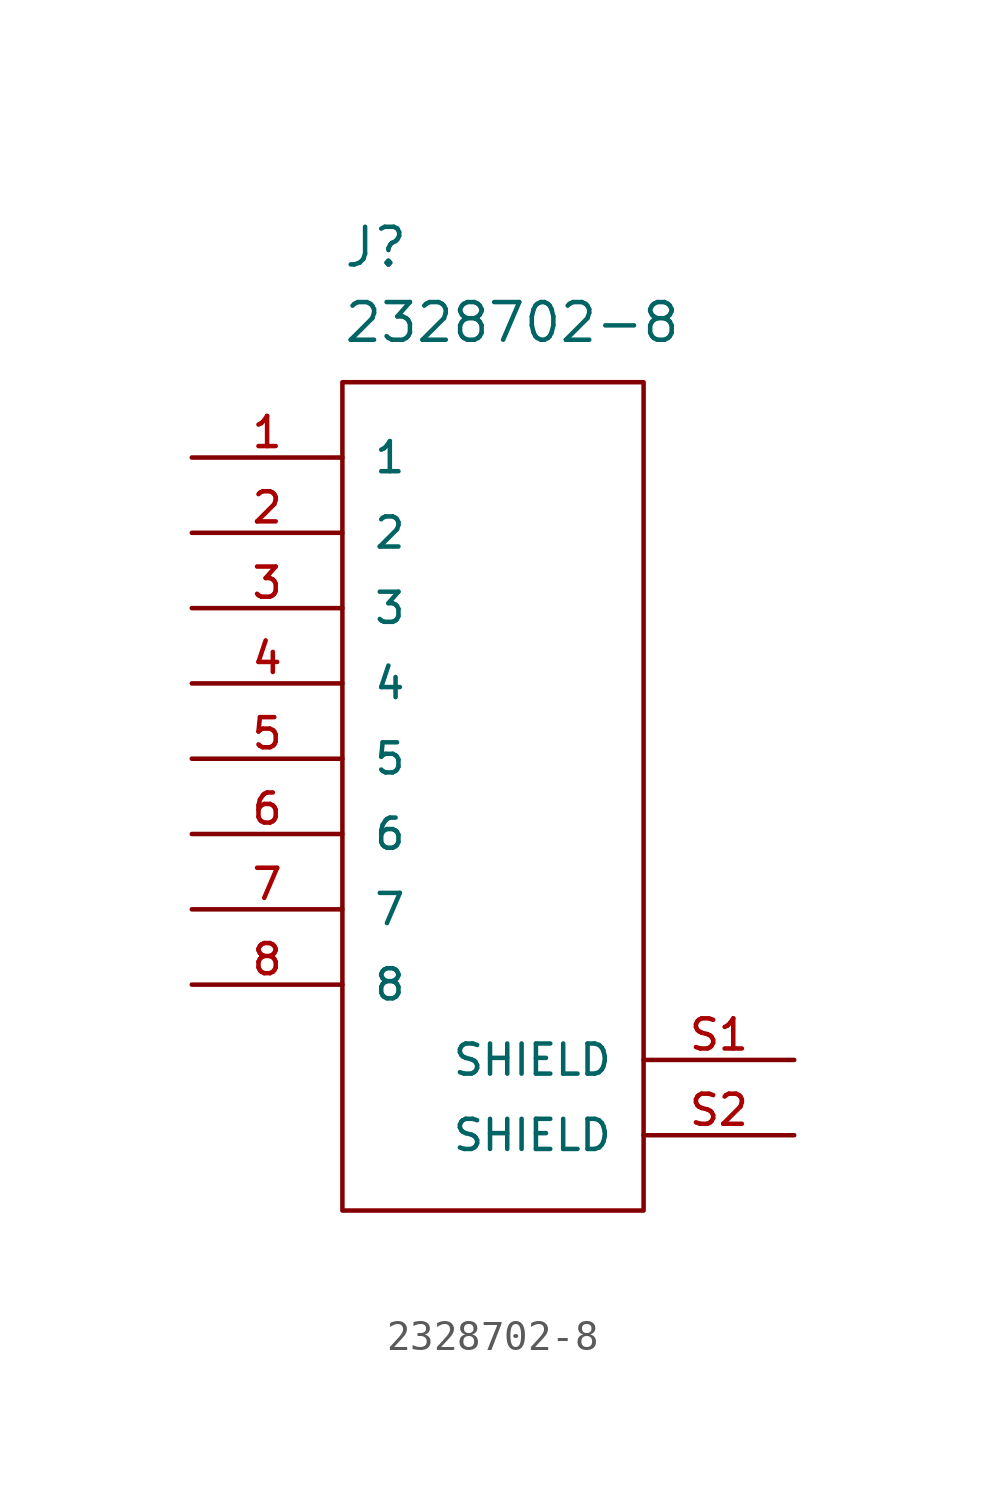
<source format=kicad_sym>
(kicad_symbol_lib
  (version 20220914)
  (generator kicad_symbol_editor)
  (symbol "2328702-8"
    (pin_names
      (offset 1.016))
    (property "Reference" "J"
      (at -5.08 16.51 0)
      (effects (font (size 1.27 1.27)) (justify left bottom)))
    (property "Value" "2328702-8"
      (at -5.08 13.97 0)
      (effects (font (size 1.27 1.27)) (justify left bottom)))
    (symbol "2328702-8_0_0"
      (pin passive line (at -10.16 10.16 0) (length 5.08) (name "1" (effects (font (size 1.016 1.016)))) (number "1" (effects (font (size 1.016 1.016)))))
      (pin passive line (at -10.16 7.62 0) (length 5.08) (name "2" (effects (font (size 1.016 1.016)))) (number "2" (effects (font (size 1.016 1.016)))))
      (pin passive line (at -10.16 5.08 0) (length 5.08) (name "3" (effects (font (size 1.016 1.016)))) (number "3" (effects (font (size 1.016 1.016)))))
      (pin passive line (at -10.16 2.54 0) (length 5.08) (name "4" (effects (font (size 1.016 1.016)))) (number "4" (effects (font (size 1.016 1.016)))))
      (pin passive line (at -10.16 0 0) (length 5.08) (name "5" (effects (font (size 1.016 1.016)))) (number "5" (effects (font (size 1.016 1.016)))))
      (pin passive line (at -10.16 -2.54 0) (length 5.08) (name "6" (effects (font (size 1.016 1.016)))) (number "6" (effects (font (size 1.016 1.016)))))
      (pin passive line (at -10.16 -5.08 0) (length 5.08) (name "7" (effects (font (size 1.016 1.016)))) (number "7" (effects (font (size 1.016 1.016)))))
      (pin passive line (at -10.16 -7.62 0) (length 5.08) (name "8" (effects (font (size 1.016 1.016)))) (number "8" (effects (font (size 1.016 1.016)))))
      (pin passive line (at 10.16 -10.16 180) (length 5.08) (name "SHIELD" (effects (font (size 1.016 1.016)))) (number "S1" (effects (font (size 1.016 1.016)))))
      (pin passive line (at 10.16 -12.7 180) (length 5.08) (name "SHIELD" (effects (font (size 1.016 1.016)))) (number "S2" (effects (font (size 1.016 1.016))))))
    (symbol "2328702-8_1_1"
      (rectangle (start -5.08 12.7) (end 5.08 -15.24) (stroke (width 0) (type solid)) (fill (type none))))))
</source>
